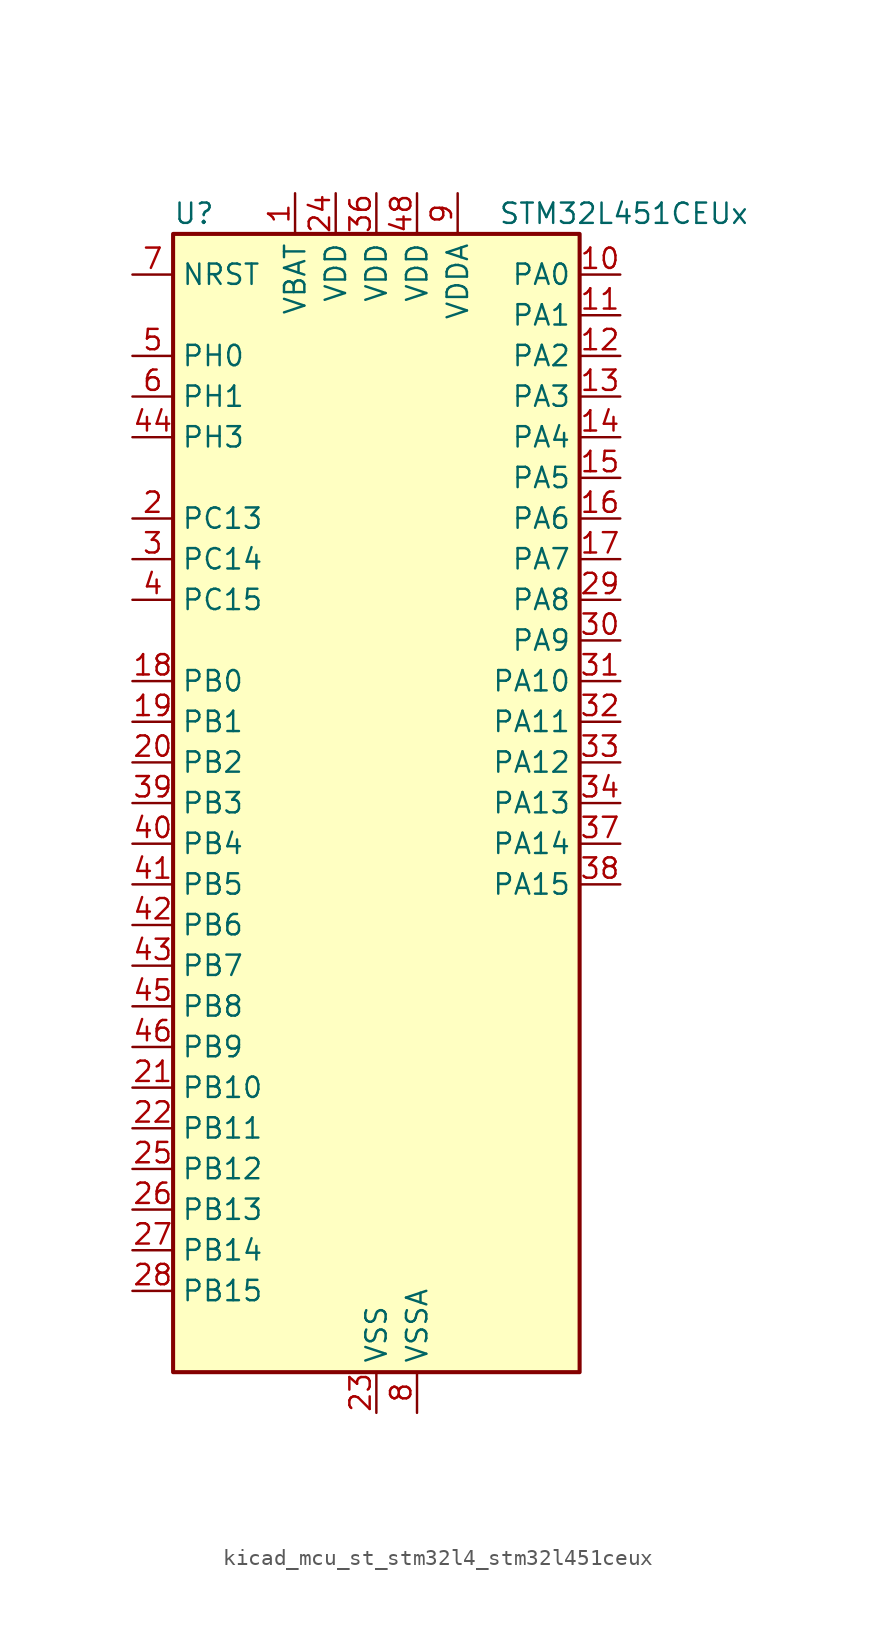
<source format=kicad_sym>
(kicad_symbol_lib
  (version 20220914)
  (generator kicad_symbol_editor)
  (symbol "kicad_mcu_st_stm32l4_stm32l451ceux"
    (property "Reference" "U"
      (at -12.7 36.83 0)
      (effects (font (size 1.27 1.27)) (justify left)))
    (property "Value" "STM32L451CEUx"
      (at 7.62 36.83 0)
      (effects (font (size 1.27 1.27)) (justify left)))
    (property "ki_locked" ""
      (at 0 0 0)
      (effects (font (size 1.27 1.27))))
    (symbol "kicad_mcu_st_stm32l4_stm32l451ceux_0_1"
      (rectangle (start -12.7 -35.56) (end 12.7 35.56) (stroke (width 0.254) (type default)) (fill (type background))))
    (symbol "kicad_mcu_st_stm32l4_stm32l451ceux_1_1"
      (pin power_in line (at -5.08 38.1 270) (length 2.54) (name "VBAT" (effects (font (size 1.27 1.27)))) (number "1" (effects (font (size 1.27 1.27)))))
      (pin bidirectional line (at 15.24 33.02 180) (length 2.54) (name "PA0" (effects (font (size 1.27 1.27)))) (number "10" (effects (font (size 1.27 1.27)))) (alternate "ADC1_IN5" bidirectional line) (alternate "COMP1_INM" bidirectional line) (alternate "COMP1_OUT" bidirectional line) (alternate "OPAMP1_VINP" bidirectional line) (alternate "RTC_TAMP2" bidirectional line) (alternate "SAI1_EXTCLK" bidirectional line) (alternate "SYS_WKUP1" bidirectional line) (alternate "TIM2_CH1" bidirectional line) (alternate "TIM2_ETR" bidirectional line) (alternate "UART4_TX" bidirectional line) (alternate "USART2_CTS" bidirectional line))
      (pin bidirectional line (at 15.24 30.48 180) (length 2.54) (name "PA1" (effects (font (size 1.27 1.27)))) (number "11" (effects (font (size 1.27 1.27)))) (alternate "ADC1_IN6" bidirectional line) (alternate "COMP1_INP" bidirectional line) (alternate "I2C1_SMBA" bidirectional line) (alternate "OPAMP1_VINM" bidirectional line) (alternate "SPI1_SCK" bidirectional line) (alternate "TIM15_CH1N" bidirectional line) (alternate "TIM2_CH2" bidirectional line) (alternate "UART4_RX" bidirectional line) (alternate "USART2_DE" bidirectional line) (alternate "USART2_RTS" bidirectional line))
      (pin bidirectional line (at 15.24 27.94 180) (length 2.54) (name "PA2" (effects (font (size 1.27 1.27)))) (number "12" (effects (font (size 1.27 1.27)))) (alternate "ADC1_IN7" bidirectional line) (alternate "COMP2_INM" bidirectional line) (alternate "COMP2_OUT" bidirectional line) (alternate "LPUART1_TX" bidirectional line) (alternate "QUADSPI_BK1_NCS" bidirectional line) (alternate "RCC_LSCO" bidirectional line) (alternate "SYS_WKUP4" bidirectional line) (alternate "TIM15_CH1" bidirectional line) (alternate "TIM2_CH3" bidirectional line) (alternate "USART2_TX" bidirectional line))
      (pin bidirectional line (at 15.24 25.4 180) (length 2.54) (name "PA3" (effects (font (size 1.27 1.27)))) (number "13" (effects (font (size 1.27 1.27)))) (alternate "ADC1_IN8" bidirectional line) (alternate "COMP2_INP" bidirectional line) (alternate "LPUART1_RX" bidirectional line) (alternate "OPAMP1_VOUT" bidirectional line) (alternate "QUADSPI_CLK" bidirectional line) (alternate "SAI1_MCLK_A" bidirectional line) (alternate "TIM15_CH2" bidirectional line) (alternate "TIM2_CH4" bidirectional line) (alternate "USART2_RX" bidirectional line))
      (pin bidirectional line (at 15.24 22.86 180) (length 2.54) (name "PA4" (effects (font (size 1.27 1.27)))) (number "14" (effects (font (size 1.27 1.27)))) (alternate "ADC1_IN9" bidirectional line) (alternate "COMP1_INM" bidirectional line) (alternate "COMP2_INM" bidirectional line) (alternate "DAC1_OUT1" bidirectional line) (alternate "LPTIM2_OUT" bidirectional line) (alternate "SAI1_FS_B" bidirectional line) (alternate "SPI1_NSS" bidirectional line) (alternate "SPI3_NSS" bidirectional line) (alternate "USART2_CK" bidirectional line))
      (pin bidirectional line (at 15.24 20.32 180) (length 2.54) (name "PA5" (effects (font (size 1.27 1.27)))) (number "15" (effects (font (size 1.27 1.27)))) (alternate "ADC1_IN10" bidirectional line) (alternate "COMP1_INM" bidirectional line) (alternate "COMP2_INM" bidirectional line) (alternate "DFSDM1_CKOUT" bidirectional line) (alternate "LPTIM2_ETR" bidirectional line) (alternate "SPI1_SCK" bidirectional line) (alternate "TIM2_CH1" bidirectional line) (alternate "TIM2_ETR" bidirectional line))
      (pin bidirectional line (at 15.24 17.78 180) (length 2.54) (name "PA6" (effects (font (size 1.27 1.27)))) (number "16" (effects (font (size 1.27 1.27)))) (alternate "ADC1_IN11" bidirectional line) (alternate "COMP1_OUT" bidirectional line) (alternate "LPUART1_CTS" bidirectional line) (alternate "QUADSPI_BK1_IO3" bidirectional line) (alternate "SPI1_MISO" bidirectional line) (alternate "TIM16_CH1" bidirectional line) (alternate "TIM1_BKIN" bidirectional line) (alternate "TIM1_BKIN_COMP2" bidirectional line) (alternate "TIM3_CH1" bidirectional line) (alternate "USART3_CTS" bidirectional line))
      (pin bidirectional line (at 15.24 15.24 180) (length 2.54) (name "PA7" (effects (font (size 1.27 1.27)))) (number "17" (effects (font (size 1.27 1.27)))) (alternate "ADC1_IN12" bidirectional line) (alternate "COMP2_OUT" bidirectional line) (alternate "DFSDM1_DATIN0" bidirectional line) (alternate "I2C3_SCL" bidirectional line) (alternate "QUADSPI_BK1_IO2" bidirectional line) (alternate "SPI1_MOSI" bidirectional line) (alternate "TIM1_CH1N" bidirectional line) (alternate "TIM3_CH2" bidirectional line))
      (pin bidirectional line (at -15.24 7.62 0) (length 2.54) (name "PB0" (effects (font (size 1.27 1.27)))) (number "18" (effects (font (size 1.27 1.27)))) (alternate "ADC1_IN15" bidirectional line) (alternate "COMP1_OUT" bidirectional line) (alternate "DFSDM1_CKIN0" bidirectional line) (alternate "QUADSPI_BK1_IO1" bidirectional line) (alternate "SAI1_EXTCLK" bidirectional line) (alternate "SPI1_NSS" bidirectional line) (alternate "TIM1_CH2N" bidirectional line) (alternate "TIM3_CH3" bidirectional line) (alternate "USART3_CK" bidirectional line))
      (pin bidirectional line (at -15.24 5.08 0) (length 2.54) (name "PB1" (effects (font (size 1.27 1.27)))) (number "19" (effects (font (size 1.27 1.27)))) (alternate "ADC1_IN16" bidirectional line) (alternate "COMP1_INM" bidirectional line) (alternate "DFSDM1_DATIN0" bidirectional line) (alternate "LPTIM2_IN1" bidirectional line) (alternate "LPUART1_DE" bidirectional line) (alternate "LPUART1_RTS" bidirectional line) (alternate "QUADSPI_BK1_IO0" bidirectional line) (alternate "TIM1_CH3N" bidirectional line) (alternate "TIM3_CH4" bidirectional line) (alternate "USART3_DE" bidirectional line) (alternate "USART3_RTS" bidirectional line))
      (pin bidirectional line (at -15.24 17.78 0) (length 2.54) (name "PC13" (effects (font (size 1.27 1.27)))) (number "2" (effects (font (size 1.27 1.27)))) (alternate "RTC_OUT_ALARM" bidirectional line) (alternate "RTC_OUT_CALIB" bidirectional line) (alternate "RTC_TAMP1" bidirectional line) (alternate "RTC_TS" bidirectional line) (alternate "SYS_WKUP2" bidirectional line))
      (pin bidirectional line (at -15.24 2.54 0) (length 2.54) (name "PB2" (effects (font (size 1.27 1.27)))) (number "20" (effects (font (size 1.27 1.27)))) (alternate "COMP1_INP" bidirectional line) (alternate "DFSDM1_CKIN0" bidirectional line) (alternate "I2C3_SMBA" bidirectional line) (alternate "LPTIM1_OUT" bidirectional line) (alternate "RTC_OUT_ALARM" bidirectional line) (alternate "RTC_OUT_CALIB" bidirectional line))
      (pin bidirectional line (at -15.24 -17.78 0) (length 2.54) (name "PB10" (effects (font (size 1.27 1.27)))) (number "21" (effects (font (size 1.27 1.27)))) (alternate "COMP1_OUT" bidirectional line) (alternate "I2C2_SCL" bidirectional line) (alternate "I2C4_SCL" bidirectional line) (alternate "LPUART1_RX" bidirectional line) (alternate "QUADSPI_CLK" bidirectional line) (alternate "SAI1_SCK_A" bidirectional line) (alternate "SPI2_SCK" bidirectional line) (alternate "TIM2_CH3" bidirectional line) (alternate "TSC_SYNC" bidirectional line) (alternate "USART3_TX" bidirectional line))
      (pin bidirectional line (at -15.24 -20.32 0) (length 2.54) (name "PB11" (effects (font (size 1.27 1.27)))) (number "22" (effects (font (size 1.27 1.27)))) (alternate "ADC1_EXTI11" bidirectional line) (alternate "COMP2_OUT" bidirectional line) (alternate "I2C2_SDA" bidirectional line) (alternate "I2C4_SDA" bidirectional line) (alternate "LPUART1_TX" bidirectional line) (alternate "QUADSPI_BK1_NCS" bidirectional line) (alternate "TIM2_CH4" bidirectional line) (alternate "USART3_RX" bidirectional line))
      (pin power_in line (at 0 -38.1 90) (length 2.54) (name "VSS" (effects (font (size 1.27 1.27)))) (number "23" (effects (font (size 1.27 1.27)))))
      (pin power_in line (at -2.54 38.1 270) (length 2.54) (name "VDD" (effects (font (size 1.27 1.27)))) (number "24" (effects (font (size 1.27 1.27)))))
      (pin bidirectional line (at -15.24 -22.86 0) (length 2.54) (name "PB12" (effects (font (size 1.27 1.27)))) (number "25" (effects (font (size 1.27 1.27)))) (alternate "CAN1_RX" bidirectional line) (alternate "DFSDM1_DATIN1" bidirectional line) (alternate "I2C2_SMBA" bidirectional line) (alternate "LPUART1_DE" bidirectional line) (alternate "LPUART1_RTS" bidirectional line) (alternate "SAI1_FS_A" bidirectional line) (alternate "SPI2_NSS" bidirectional line) (alternate "TIM15_BKIN" bidirectional line) (alternate "TIM1_BKIN" bidirectional line) (alternate "TIM1_BKIN_COMP2" bidirectional line) (alternate "TSC_G1_IO1" bidirectional line) (alternate "USART3_CK" bidirectional line))
      (pin bidirectional line (at -15.24 -25.4 0) (length 2.54) (name "PB13" (effects (font (size 1.27 1.27)))) (number "26" (effects (font (size 1.27 1.27)))) (alternate "CAN1_TX" bidirectional line) (alternate "DFSDM1_CKIN1" bidirectional line) (alternate "I2C2_SCL" bidirectional line) (alternate "LPUART1_CTS" bidirectional line) (alternate "SAI1_SCK_A" bidirectional line) (alternate "SPI2_SCK" bidirectional line) (alternate "TIM15_CH1N" bidirectional line) (alternate "TIM1_CH1N" bidirectional line) (alternate "TSC_G1_IO2" bidirectional line) (alternate "USART3_CTS" bidirectional line))
      (pin bidirectional line (at -15.24 -27.94 0) (length 2.54) (name "PB14" (effects (font (size 1.27 1.27)))) (number "27" (effects (font (size 1.27 1.27)))) (alternate "DFSDM1_DATIN2" bidirectional line) (alternate "I2C2_SDA" bidirectional line) (alternate "SAI1_MCLK_A" bidirectional line) (alternate "SPI2_MISO" bidirectional line) (alternate "TIM15_CH1" bidirectional line) (alternate "TIM1_CH2N" bidirectional line) (alternate "TSC_G1_IO3" bidirectional line) (alternate "USART3_DE" bidirectional line) (alternate "USART3_RTS" bidirectional line))
      (pin bidirectional line (at -15.24 -30.48 0) (length 2.54) (name "PB15" (effects (font (size 1.27 1.27)))) (number "28" (effects (font (size 1.27 1.27)))) (alternate "ADC1_EXTI15" bidirectional line) (alternate "DFSDM1_CKIN2" bidirectional line) (alternate "RTC_REFIN" bidirectional line) (alternate "SAI1_SD_A" bidirectional line) (alternate "SPI2_MOSI" bidirectional line) (alternate "TIM15_CH2" bidirectional line) (alternate "TIM1_CH3N" bidirectional line) (alternate "TSC_G1_IO4" bidirectional line))
      (pin bidirectional line (at 15.24 12.7 180) (length 2.54) (name "PA8" (effects (font (size 1.27 1.27)))) (number "29" (effects (font (size 1.27 1.27)))) (alternate "DFSDM1_CKIN1" bidirectional line) (alternate "LPTIM2_OUT" bidirectional line) (alternate "RCC_MCO" bidirectional line) (alternate "SAI1_SCK_A" bidirectional line) (alternate "TIM1_CH1" bidirectional line) (alternate "USART1_CK" bidirectional line))
      (pin bidirectional line (at -15.24 15.24 0) (length 2.54) (name "PC14" (effects (font (size 1.27 1.27)))) (number "3" (effects (font (size 1.27 1.27)))) (alternate "RCC_OSC32_IN" bidirectional line))
      (pin bidirectional line (at 15.24 10.16 180) (length 2.54) (name "PA9" (effects (font (size 1.27 1.27)))) (number "30" (effects (font (size 1.27 1.27)))) (alternate "DAC1_EXTI9" bidirectional line) (alternate "DFSDM1_DATIN1" bidirectional line) (alternate "I2C1_SCL" bidirectional line) (alternate "SAI1_FS_A" bidirectional line) (alternate "TIM15_BKIN" bidirectional line) (alternate "TIM1_CH2" bidirectional line) (alternate "USART1_TX" bidirectional line))
      (pin bidirectional line (at 15.24 7.62 180) (length 2.54) (name "PA10" (effects (font (size 1.27 1.27)))) (number "31" (effects (font (size 1.27 1.27)))) (alternate "I2C1_SDA" bidirectional line) (alternate "SAI1_SD_A" bidirectional line) (alternate "TIM1_CH3" bidirectional line) (alternate "USART1_RX" bidirectional line))
      (pin bidirectional line (at 15.24 5.08 180) (length 2.54) (name "PA11" (effects (font (size 1.27 1.27)))) (number "32" (effects (font (size 1.27 1.27)))) (alternate "ADC1_EXTI11" bidirectional line) (alternate "CAN1_RX" bidirectional line) (alternate "COMP1_OUT" bidirectional line) (alternate "SPI1_MISO" bidirectional line) (alternate "TIM1_BKIN2" bidirectional line) (alternate "TIM1_BKIN2_COMP1" bidirectional line) (alternate "TIM1_CH4" bidirectional line) (alternate "USART1_CTS" bidirectional line))
      (pin bidirectional line (at 15.24 2.54 180) (length 2.54) (name "PA12" (effects (font (size 1.27 1.27)))) (number "33" (effects (font (size 1.27 1.27)))) (alternate "CAN1_TX" bidirectional line) (alternate "SPI1_MOSI" bidirectional line) (alternate "TIM1_ETR" bidirectional line) (alternate "USART1_DE" bidirectional line) (alternate "USART1_RTS" bidirectional line))
      (pin bidirectional line (at 15.24 0 180) (length 2.54) (name "PA13" (effects (font (size 1.27 1.27)))) (number "34" (effects (font (size 1.27 1.27)))) (alternate "IR_OUT" bidirectional line) (alternate "SAI1_SD_B" bidirectional line) (alternate "SYS_JTMS-SWDIO" bidirectional line))
      (pin passive line (at 0 -38.1 90) (length 2.54) hide (name "VSS" (effects (font (size 1.27 1.27)))) (number "35" (effects (font (size 1.27 1.27)))))
      (pin power_in line (at 0 38.1 270) (length 2.54) (name "VDD" (effects (font (size 1.27 1.27)))) (number "36" (effects (font (size 1.27 1.27)))))
      (pin bidirectional line (at 15.24 -2.54 180) (length 2.54) (name "PA14" (effects (font (size 1.27 1.27)))) (number "37" (effects (font (size 1.27 1.27)))) (alternate "I2C1_SMBA" bidirectional line) (alternate "I2C4_SMBA" bidirectional line) (alternate "LPTIM1_OUT" bidirectional line) (alternate "SAI1_FS_B" bidirectional line) (alternate "SYS_JTCK-SWCLK" bidirectional line))
      (pin bidirectional line (at 15.24 -5.08 180) (length 2.54) (name "PA15" (effects (font (size 1.27 1.27)))) (number "38" (effects (font (size 1.27 1.27)))) (alternate "ADC1_EXTI15" bidirectional line) (alternate "SPI1_NSS" bidirectional line) (alternate "SPI3_NSS" bidirectional line) (alternate "SYS_JTDI" bidirectional line) (alternate "TIM2_CH1" bidirectional line) (alternate "TIM2_ETR" bidirectional line) (alternate "UART4_DE" bidirectional line) (alternate "UART4_RTS" bidirectional line) (alternate "USART2_RX" bidirectional line) (alternate "USART3_DE" bidirectional line) (alternate "USART3_RTS" bidirectional line))
      (pin bidirectional line (at -15.24 0 0) (length 2.54) (name "PB3" (effects (font (size 1.27 1.27)))) (number "39" (effects (font (size 1.27 1.27)))) (alternate "COMP2_INM" bidirectional line) (alternate "SAI1_SCK_B" bidirectional line) (alternate "SPI1_SCK" bidirectional line) (alternate "SPI3_SCK" bidirectional line) (alternate "SYS_JTDO-SWO" bidirectional line) (alternate "TIM2_CH2" bidirectional line) (alternate "USART1_DE" bidirectional line) (alternate "USART1_RTS" bidirectional line))
      (pin bidirectional line (at -15.24 12.7 0) (length 2.54) (name "PC15" (effects (font (size 1.27 1.27)))) (number "4" (effects (font (size 1.27 1.27)))) (alternate "ADC1_EXTI15" bidirectional line) (alternate "RCC_OSC32_OUT" bidirectional line))
      (pin bidirectional line (at -15.24 -2.54 0) (length 2.54) (name "PB4" (effects (font (size 1.27 1.27)))) (number "40" (effects (font (size 1.27 1.27)))) (alternate "COMP2_INP" bidirectional line) (alternate "I2C3_SDA" bidirectional line) (alternate "SAI1_MCLK_B" bidirectional line) (alternate "SPI1_MISO" bidirectional line) (alternate "SPI3_MISO" bidirectional line) (alternate "SYS_JTRST" bidirectional line) (alternate "TIM3_CH1" bidirectional line) (alternate "TSC_G2_IO1" bidirectional line) (alternate "USART1_CTS" bidirectional line))
      (pin bidirectional line (at -15.24 -5.08 0) (length 2.54) (name "PB5" (effects (font (size 1.27 1.27)))) (number "41" (effects (font (size 1.27 1.27)))) (alternate "CAN1_RX" bidirectional line) (alternate "COMP2_OUT" bidirectional line) (alternate "I2C1_SMBA" bidirectional line) (alternate "LPTIM1_IN1" bidirectional line) (alternate "SAI1_SD_B" bidirectional line) (alternate "SPI1_MOSI" bidirectional line) (alternate "SPI3_MOSI" bidirectional line) (alternate "TIM16_BKIN" bidirectional line) (alternate "TIM3_CH2" bidirectional line) (alternate "TSC_G2_IO2" bidirectional line) (alternate "USART1_CK" bidirectional line))
      (pin bidirectional line (at -15.24 -7.62 0) (length 2.54) (name "PB6" (effects (font (size 1.27 1.27)))) (number "42" (effects (font (size 1.27 1.27)))) (alternate "CAN1_TX" bidirectional line) (alternate "COMP2_INP" bidirectional line) (alternate "I2C1_SCL" bidirectional line) (alternate "I2C4_SCL" bidirectional line) (alternate "LPTIM1_ETR" bidirectional line) (alternate "SAI1_FS_B" bidirectional line) (alternate "TIM16_CH1N" bidirectional line) (alternate "TSC_G2_IO3" bidirectional line) (alternate "USART1_TX" bidirectional line))
      (pin bidirectional line (at -15.24 -10.16 0) (length 2.54) (name "PB7" (effects (font (size 1.27 1.27)))) (number "43" (effects (font (size 1.27 1.27)))) (alternate "COMP2_INM" bidirectional line) (alternate "I2C1_SDA" bidirectional line) (alternate "I2C4_SDA" bidirectional line) (alternate "LPTIM1_IN2" bidirectional line) (alternate "SYS_PVD_IN" bidirectional line) (alternate "TSC_G2_IO4" bidirectional line) (alternate "UART4_CTS" bidirectional line) (alternate "USART1_RX" bidirectional line))
      (pin bidirectional line (at -15.24 22.86 0) (length 2.54) (name "PH3" (effects (font (size 1.27 1.27)))) (number "44" (effects (font (size 1.27 1.27)))))
      (pin bidirectional line (at -15.24 -12.7 0) (length 2.54) (name "PB8" (effects (font (size 1.27 1.27)))) (number "45" (effects (font (size 1.27 1.27)))) (alternate "CAN1_RX" bidirectional line) (alternate "I2C1_SCL" bidirectional line) (alternate "SAI1_MCLK_A" bidirectional line) (alternate "TIM16_CH1" bidirectional line))
      (pin bidirectional line (at -15.24 -15.24 0) (length 2.54) (name "PB9" (effects (font (size 1.27 1.27)))) (number "46" (effects (font (size 1.27 1.27)))) (alternate "CAN1_TX" bidirectional line) (alternate "DAC1_EXTI9" bidirectional line) (alternate "I2C1_SDA" bidirectional line) (alternate "IR_OUT" bidirectional line) (alternate "SAI1_FS_A" bidirectional line) (alternate "SPI2_NSS" bidirectional line))
      (pin passive line (at 0 -38.1 90) (length 2.54) hide (name "VSS" (effects (font (size 1.27 1.27)))) (number "47" (effects (font (size 1.27 1.27)))))
      (pin power_in line (at 2.54 38.1 270) (length 2.54) (name "VDD" (effects (font (size 1.27 1.27)))) (number "48" (effects (font (size 1.27 1.27)))))
      (pin passive line (at 0 -38.1 90) (length 2.54) hide (name "VSS" (effects (font (size 1.27 1.27)))) (number "49" (effects (font (size 1.27 1.27)))))
      (pin bidirectional line (at -15.24 27.94 0) (length 2.54) (name "PH0" (effects (font (size 1.27 1.27)))) (number "5" (effects (font (size 1.27 1.27)))) (alternate "RCC_OSC_IN" bidirectional line))
      (pin bidirectional line (at -15.24 25.4 0) (length 2.54) (name "PH1" (effects (font (size 1.27 1.27)))) (number "6" (effects (font (size 1.27 1.27)))) (alternate "RCC_OSC_OUT" bidirectional line))
      (pin input line (at -15.24 33.02 0) (length 2.54) (name "NRST" (effects (font (size 1.27 1.27)))) (number "7" (effects (font (size 1.27 1.27)))))
      (pin power_in line (at 2.54 -38.1 90) (length 2.54) (name "VSSA" (effects (font (size 1.27 1.27)))) (number "8" (effects (font (size 1.27 1.27)))))
      (pin power_in line (at 5.08 38.1 270) (length 2.54) (name "VDDA" (effects (font (size 1.27 1.27)))) (number "9" (effects (font (size 1.27 1.27))))))))
</source>
